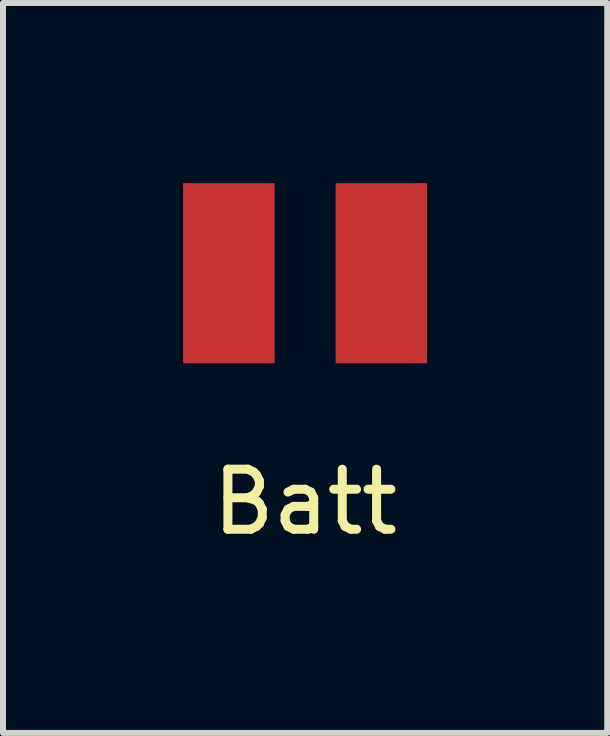
<source format=kicad_pcb>
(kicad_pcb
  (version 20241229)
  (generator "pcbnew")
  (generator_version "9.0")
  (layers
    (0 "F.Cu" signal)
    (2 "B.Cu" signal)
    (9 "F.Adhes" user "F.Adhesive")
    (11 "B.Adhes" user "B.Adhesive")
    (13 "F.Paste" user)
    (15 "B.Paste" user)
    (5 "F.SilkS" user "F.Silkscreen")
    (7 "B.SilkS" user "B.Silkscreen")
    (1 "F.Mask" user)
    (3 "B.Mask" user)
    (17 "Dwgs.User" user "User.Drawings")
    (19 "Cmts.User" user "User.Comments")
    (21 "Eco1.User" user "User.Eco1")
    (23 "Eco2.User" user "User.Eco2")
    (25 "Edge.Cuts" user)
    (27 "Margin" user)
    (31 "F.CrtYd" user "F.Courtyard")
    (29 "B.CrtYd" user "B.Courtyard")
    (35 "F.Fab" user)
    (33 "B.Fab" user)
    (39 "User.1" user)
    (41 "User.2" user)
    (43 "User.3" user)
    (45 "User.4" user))
  (footprint "Batt"
    (layer "F.Cu")
    (at 2.032 4.04)
    (property "Reference" "Batt" (at 0 1.27 0) (layer "F.SilkS") (effects (font (size 1 1) (thickness 0.15))))
    (attr through_hole)
    (pad "1" smd rect (at -1.27 -2.54) (size 1.524 3) (layers "F.Cu" "F.Mask" "F.Paste"))
    (pad "2" smd rect (at 1.27 -2.54) (size 1.524 3) (layers "F.Cu" "F.Mask" "F.Paste")))
  (gr_rect
    (start -3 -3)
    (end 7.064 9.158)
    (stroke (width 0.1) (type default))
    (fill no)
    (layer "Edge.Cuts")))
</source>
